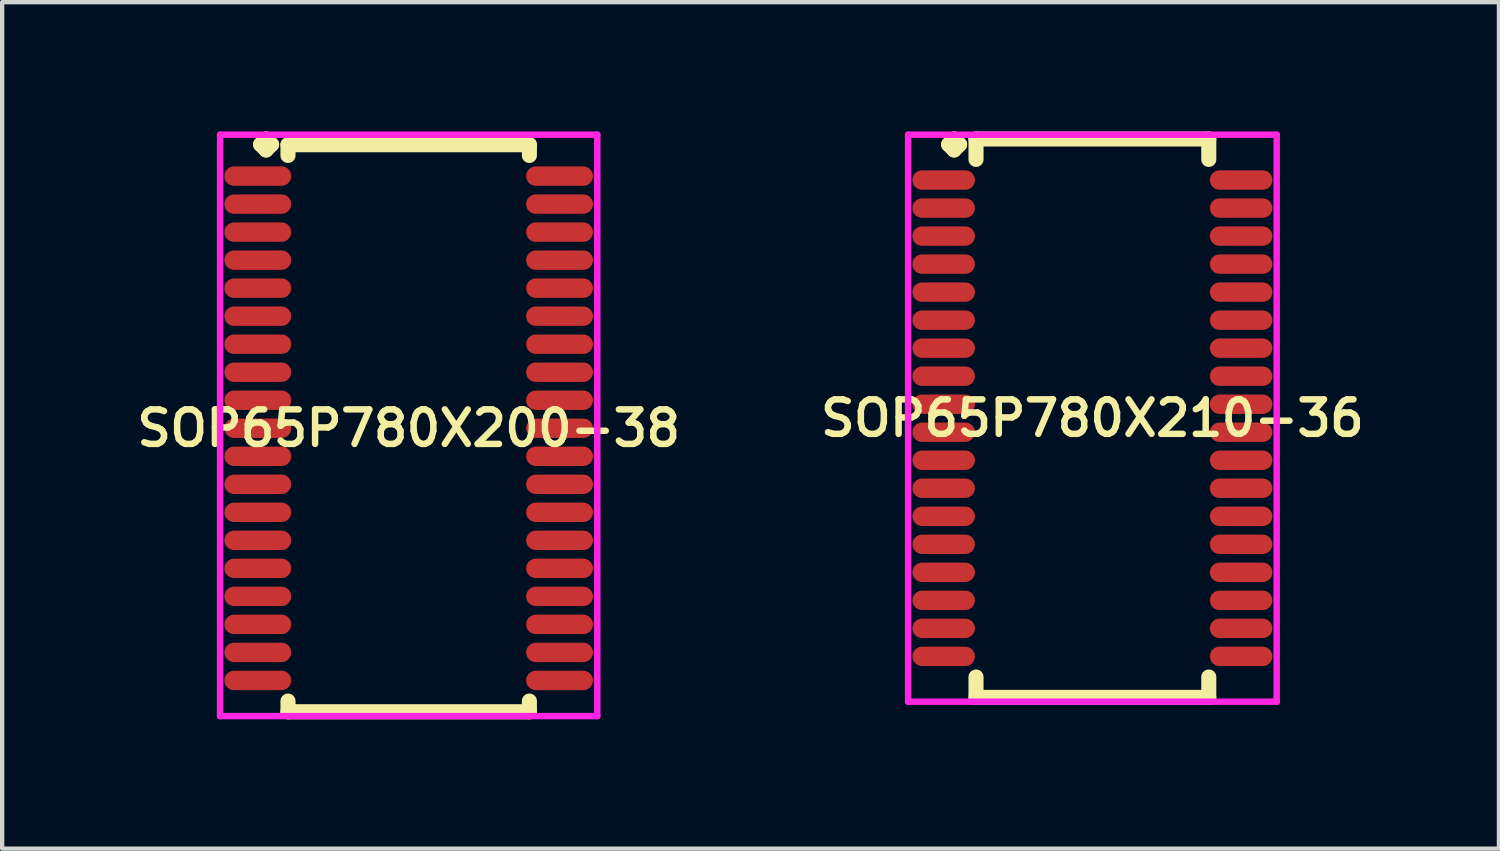
<source format=kicad_pcb>
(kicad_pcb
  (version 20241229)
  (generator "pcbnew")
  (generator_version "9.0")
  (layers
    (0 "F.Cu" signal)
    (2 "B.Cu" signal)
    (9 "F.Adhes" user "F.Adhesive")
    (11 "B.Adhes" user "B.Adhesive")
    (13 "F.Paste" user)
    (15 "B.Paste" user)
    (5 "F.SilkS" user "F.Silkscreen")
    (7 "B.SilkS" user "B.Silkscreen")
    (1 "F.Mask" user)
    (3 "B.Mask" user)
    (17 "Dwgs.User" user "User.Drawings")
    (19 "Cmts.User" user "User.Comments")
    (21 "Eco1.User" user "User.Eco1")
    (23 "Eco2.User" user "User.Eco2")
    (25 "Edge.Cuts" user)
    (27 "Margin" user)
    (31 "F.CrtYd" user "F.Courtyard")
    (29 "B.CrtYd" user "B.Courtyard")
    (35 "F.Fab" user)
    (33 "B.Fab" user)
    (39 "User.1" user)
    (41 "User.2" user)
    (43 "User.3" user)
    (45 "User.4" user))
  (footprint "SOP65P780X210-36"
    (layer "F.Cu")
    (at 22.292 6.652)
    (property "Reference" "SOP65P780X210-36" (at 0 0 0) (layer "F.SilkS") (effects (font (size 0.8 0.8) (thickness 0.15))))
    (attr smd)
    (fp_line (start -3.335 -6.35) (end -3.208 -6.477) (stroke (width 0.35) (type solid)) (layer "F.SilkS"))
    (fp_line (start -3.208 -6.477) (end -3.081 -6.35) (stroke (width 0.35) (type solid)) (layer "F.SilkS"))
    (fp_line (start -3.208 -6.223) (end -3.335 -6.35) (stroke (width 0.35) (type solid)) (layer "F.SilkS"))
    (fp_line (start -3.081 -6.35) (end -3.208 -6.223) (stroke (width 0.35) (type solid)) (layer "F.SilkS"))
    (fp_line (start -2.7 -6.477) (end 2.7 -6.477) (stroke (width 0.35) (type solid)) (layer "F.SilkS"))
    (fp_line (start -2.7 -6.004) (end -2.7 -6.477) (stroke (width 0.35) (type solid)) (layer "F.SilkS"))
    (fp_line (start -2.7 6.004) (end -2.7 6.477) (stroke (width 0.35) (type solid)) (layer "F.SilkS"))
    (fp_line (start -2.7 6.477) (end 2.7 6.477) (stroke (width 0.35) (type solid)) (layer "F.SilkS"))
    (fp_line (start 2.7 -6.477) (end 2.7 -6.004) (stroke (width 0.35) (type solid)) (layer "F.SilkS"))
    (fp_line (start 2.7 6.477) (end 2.7 6.004) (stroke (width 0.35) (type solid)) (layer "F.SilkS"))
    (fp_line (start -4.275 -6.577) (end 4.275 -6.577) (stroke (width 0.15) (type solid)) (layer "F.CrtYd"))
    (fp_line (start -4.275 6.577) (end -4.275 -6.577) (stroke (width 0.15) (type solid)) (layer "F.CrtYd"))
    (fp_line (start 4.275 -6.577) (end 4.275 6.577) (stroke (width 0.15) (type solid)) (layer "F.CrtYd"))
    (fp_line (start 4.275 6.577) (end -4.275 6.577) (stroke (width 0.15) (type solid)) (layer "F.CrtYd"))
    (pad "1" smd oval (at -3.45 -5.525) (size 1.45 0.45) (layers "F.Cu" "F.Mask" "F.Paste"))
    (pad "2" smd oval (at -3.45 -4.875) (size 1.45 0.45) (layers "F.Cu" "F.Mask" "F.Paste"))
    (pad "3" smd oval (at -3.45 -4.225) (size 1.45 0.45) (layers "F.Cu" "F.Mask" "F.Paste"))
    (pad "4" smd oval (at -3.45 -3.575) (size 1.45 0.45) (layers "F.Cu" "F.Mask" "F.Paste"))
    (pad "5" smd oval (at -3.45 -2.925) (size 1.45 0.45) (layers "F.Cu" "F.Mask" "F.Paste"))
    (pad "6" smd oval (at -3.45 -2.275) (size 1.45 0.45) (layers "F.Cu" "F.Mask" "F.Paste"))
    (pad "7" smd oval (at -3.45 -1.625) (size 1.45 0.45) (layers "F.Cu" "F.Mask" "F.Paste"))
    (pad "8" smd oval (at -3.45 -0.975) (size 1.45 0.45) (layers "F.Cu" "F.Mask" "F.Paste"))
    (pad "9" smd oval (at -3.45 -0.325) (size 1.45 0.45) (layers "F.Cu" "F.Mask" "F.Paste"))
    (pad "10" smd oval (at -3.45 0.325) (size 1.45 0.45) (layers "F.Cu" "F.Mask" "F.Paste"))
    (pad "11" smd oval (at -3.45 0.975) (size 1.45 0.45) (layers "F.Cu" "F.Mask" "F.Paste"))
    (pad "12" smd oval (at -3.45 1.625) (size 1.45 0.45) (layers "F.Cu" "F.Mask" "F.Paste"))
    (pad "13" smd oval (at -3.45 2.275) (size 1.45 0.45) (layers "F.Cu" "F.Mask" "F.Paste"))
    (pad "14" smd oval (at -3.45 2.925) (size 1.45 0.45) (layers "F.Cu" "F.Mask" "F.Paste"))
    (pad "15" smd oval (at -3.45 3.575) (size 1.45 0.45) (layers "F.Cu" "F.Mask" "F.Paste"))
    (pad "16" smd oval (at -3.45 4.225) (size 1.45 0.45) (layers "F.Cu" "F.Mask" "F.Paste"))
    (pad "17" smd oval (at -3.45 4.875) (size 1.45 0.45) (layers "F.Cu" "F.Mask" "F.Paste"))
    (pad "18" smd oval (at -3.45 5.525) (size 1.45 0.45) (layers "F.Cu" "F.Mask" "F.Paste"))
    (pad "19" smd oval (at 3.45 5.525) (size 1.45 0.45) (layers "F.Cu" "F.Mask" "F.Paste"))
    (pad "20" smd oval (at 3.45 4.875) (size 1.45 0.45) (layers "F.Cu" "F.Mask" "F.Paste"))
    (pad "21" smd oval (at 3.45 4.225) (size 1.45 0.45) (layers "F.Cu" "F.Mask" "F.Paste"))
    (pad "22" smd oval (at 3.45 3.575) (size 1.45 0.45) (layers "F.Cu" "F.Mask" "F.Paste"))
    (pad "23" smd oval (at 3.45 2.925) (size 1.45 0.45) (layers "F.Cu" "F.Mask" "F.Paste"))
    (pad "24" smd oval (at 3.45 2.275) (size 1.45 0.45) (layers "F.Cu" "F.Mask" "F.Paste"))
    (pad "25" smd oval (at 3.45 1.625) (size 1.45 0.45) (layers "F.Cu" "F.Mask" "F.Paste"))
    (pad "26" smd oval (at 3.45 0.975) (size 1.45 0.45) (layers "F.Cu" "F.Mask" "F.Paste"))
    (pad "27" smd oval (at 3.45 0.325) (size 1.45 0.45) (layers "F.Cu" "F.Mask" "F.Paste"))
    (pad "28" smd oval (at 3.45 -0.325) (size 1.45 0.45) (layers "F.Cu" "F.Mask" "F.Paste"))
    (pad "29" smd oval (at 3.45 -0.975) (size 1.45 0.45) (layers "F.Cu" "F.Mask" "F.Paste"))
    (pad "30" smd oval (at 3.45 -1.625) (size 1.45 0.45) (layers "F.Cu" "F.Mask" "F.Paste"))
    (pad "31" smd oval (at 3.45 -2.275) (size 1.45 0.45) (layers "F.Cu" "F.Mask" "F.Paste"))
    (pad "32" smd oval (at 3.45 -2.925) (size 1.45 0.45) (layers "F.Cu" "F.Mask" "F.Paste"))
    (pad "33" smd oval (at 3.45 -3.575) (size 1.45 0.45) (layers "F.Cu" "F.Mask" "F.Paste"))
    (pad "34" smd oval (at 3.45 -4.225) (size 1.45 0.45) (layers "F.Cu" "F.Mask" "F.Paste"))
    (pad "35" smd oval (at 3.45 -4.875) (size 1.45 0.45) (layers "F.Cu" "F.Mask" "F.Paste"))
    (pad "36" smd oval (at 3.45 -5.525) (size 1.45 0.45) (layers "F.Cu" "F.Mask" "F.Paste")))
  (footprint "SOP65P780X200-38"
    (layer "F.Cu")
    (at 6.431 6.885)
    (property "Reference" "SOP65P780X200-38" (at 0 0 0) (layer "F.SilkS") (effects (font (size 0.8 0.8) (thickness 0.15))))
    (attr smd)
    (fp_line (start -3.435 -6.583) (end -3.308 -6.71) (stroke (width 0.35) (type solid)) (layer "F.SilkS"))
    (fp_line (start -3.308 -6.71) (end -3.181 -6.583) (stroke (width 0.35) (type solid)) (layer "F.SilkS"))
    (fp_line (start -3.308 -6.456) (end -3.435 -6.583) (stroke (width 0.35) (type solid)) (layer "F.SilkS"))
    (fp_line (start -3.181 -6.583) (end -3.308 -6.456) (stroke (width 0.35) (type solid)) (layer "F.SilkS"))
    (fp_line (start -2.8 -6.577) (end 2.8 -6.577) (stroke (width 0.35) (type solid)) (layer "F.SilkS"))
    (fp_line (start -2.8 -6.329) (end -2.8 -6.577) (stroke (width 0.35) (type solid)) (layer "F.SilkS"))
    (fp_line (start -2.8 6.329) (end -2.8 6.577) (stroke (width 0.35) (type solid)) (layer "F.SilkS"))
    (fp_line (start -2.8 6.577) (end 2.8 6.577) (stroke (width 0.35) (type solid)) (layer "F.SilkS"))
    (fp_line (start 2.8 -6.577) (end 2.8 -6.329) (stroke (width 0.35) (type solid)) (layer "F.SilkS"))
    (fp_line (start 2.8 6.577) (end 2.8 6.329) (stroke (width 0.35) (type solid)) (layer "F.SilkS"))
    (fp_line (start -4.375 -6.81) (end 4.375 -6.81) (stroke (width 0.15) (type solid)) (layer "F.CrtYd"))
    (fp_line (start -4.375 6.677) (end -4.375 -6.81) (stroke (width 0.15) (type solid)) (layer "F.CrtYd"))
    (fp_line (start 4.375 -6.81) (end 4.375 6.677) (stroke (width 0.15) (type solid)) (layer "F.CrtYd"))
    (fp_line (start 4.375 6.677) (end -4.375 6.677) (stroke (width 0.15) (type solid)) (layer "F.CrtYd"))
    (pad "1" smd oval (at -3.5 -5.85) (size 1.55 0.45) (layers "F.Cu" "F.Mask" "F.Paste"))
    (pad "2" smd oval (at -3.5 -5.2) (size 1.55 0.45) (layers "F.Cu" "F.Mask" "F.Paste"))
    (pad "3" smd oval (at -3.5 -4.55) (size 1.55 0.45) (layers "F.Cu" "F.Mask" "F.Paste"))
    (pad "4" smd oval (at -3.5 -3.9) (size 1.55 0.45) (layers "F.Cu" "F.Mask" "F.Paste"))
    (pad "5" smd oval (at -3.5 -3.25) (size 1.55 0.45) (layers "F.Cu" "F.Mask" "F.Paste"))
    (pad "6" smd oval (at -3.5 -2.6) (size 1.55 0.45) (layers "F.Cu" "F.Mask" "F.Paste"))
    (pad "7" smd oval (at -3.5 -1.95) (size 1.55 0.45) (layers "F.Cu" "F.Mask" "F.Paste"))
    (pad "8" smd oval (at -3.5 -1.3) (size 1.55 0.45) (layers "F.Cu" "F.Mask" "F.Paste"))
    (pad "9" smd oval (at -3.5 -0.65) (size 1.55 0.45) (layers "F.Cu" "F.Mask" "F.Paste"))
    (pad "10" smd oval (at -3.5 0) (size 1.55 0.45) (layers "F.Cu" "F.Mask" "F.Paste"))
    (pad "11" smd oval (at -3.5 0.65) (size 1.55 0.45) (layers "F.Cu" "F.Mask" "F.Paste"))
    (pad "12" smd oval (at -3.5 1.3) (size 1.55 0.45) (layers "F.Cu" "F.Mask" "F.Paste"))
    (pad "13" smd oval (at -3.5 1.95) (size 1.55 0.45) (layers "F.Cu" "F.Mask" "F.Paste"))
    (pad "14" smd oval (at -3.5 2.6) (size 1.55 0.45) (layers "F.Cu" "F.Mask" "F.Paste"))
    (pad "15" smd oval (at -3.5 3.25) (size 1.55 0.45) (layers "F.Cu" "F.Mask" "F.Paste"))
    (pad "16" smd oval (at -3.5 3.9) (size 1.55 0.45) (layers "F.Cu" "F.Mask" "F.Paste"))
    (pad "17" smd oval (at -3.5 4.55) (size 1.55 0.45) (layers "F.Cu" "F.Mask" "F.Paste"))
    (pad "18" smd oval (at -3.5 5.2) (size 1.55 0.45) (layers "F.Cu" "F.Mask" "F.Paste"))
    (pad "19" smd oval (at -3.5 5.85) (size 1.55 0.45) (layers "F.Cu" "F.Mask" "F.Paste"))
    (pad "20" smd oval (at 3.5 5.85) (size 1.55 0.45) (layers "F.Cu" "F.Mask" "F.Paste"))
    (pad "21" smd oval (at 3.5 5.2) (size 1.55 0.45) (layers "F.Cu" "F.Mask" "F.Paste"))
    (pad "22" smd oval (at 3.5 4.55) (size 1.55 0.45) (layers "F.Cu" "F.Mask" "F.Paste"))
    (pad "23" smd oval (at 3.5 3.9) (size 1.55 0.45) (layers "F.Cu" "F.Mask" "F.Paste"))
    (pad "24" smd oval (at 3.5 3.25) (size 1.55 0.45) (layers "F.Cu" "F.Mask" "F.Paste"))
    (pad "25" smd oval (at 3.5 2.6) (size 1.55 0.45) (layers "F.Cu" "F.Mask" "F.Paste"))
    (pad "26" smd oval (at 3.5 1.95) (size 1.55 0.45) (layers "F.Cu" "F.Mask" "F.Paste"))
    (pad "27" smd oval (at 3.5 1.3) (size 1.55 0.45) (layers "F.Cu" "F.Mask" "F.Paste"))
    (pad "28" smd oval (at 3.5 0.65) (size 1.55 0.45) (layers "F.Cu" "F.Mask" "F.Paste"))
    (pad "29" smd oval (at 3.5 0) (size 1.55 0.45) (layers "F.Cu" "F.Mask" "F.Paste"))
    (pad "30" smd oval (at 3.5 -0.65) (size 1.55 0.45) (layers "F.Cu" "F.Mask" "F.Paste"))
    (pad "31" smd oval (at 3.5 -1.3) (size 1.55 0.45) (layers "F.Cu" "F.Mask" "F.Paste"))
    (pad "32" smd oval (at 3.5 -1.95) (size 1.55 0.45) (layers "F.Cu" "F.Mask" "F.Paste"))
    (pad "33" smd oval (at 3.5 -2.6) (size 1.55 0.45) (layers "F.Cu" "F.Mask" "F.Paste"))
    (pad "34" smd oval (at 3.5 -3.25) (size 1.55 0.45) (layers "F.Cu" "F.Mask" "F.Paste"))
    (pad "35" smd oval (at 3.5 -3.9) (size 1.55 0.45) (layers "F.Cu" "F.Mask" "F.Paste"))
    (pad "36" smd oval (at 3.5 -4.55) (size 1.55 0.45) (layers "F.Cu" "F.Mask" "F.Paste"))
    (pad "37" smd oval (at 3.5 -5.2) (size 1.55 0.45) (layers "F.Cu" "F.Mask" "F.Paste"))
    (pad "38" smd oval (at 3.5 -5.85) (size 1.55 0.45) (layers "F.Cu" "F.Mask" "F.Paste")))
  (gr_rect
    (start -3 -3)
    (end 31.723 16.637)
    (stroke (width 0.1) (type default))
    (fill no)
    (layer "Edge.Cuts")))
</source>
